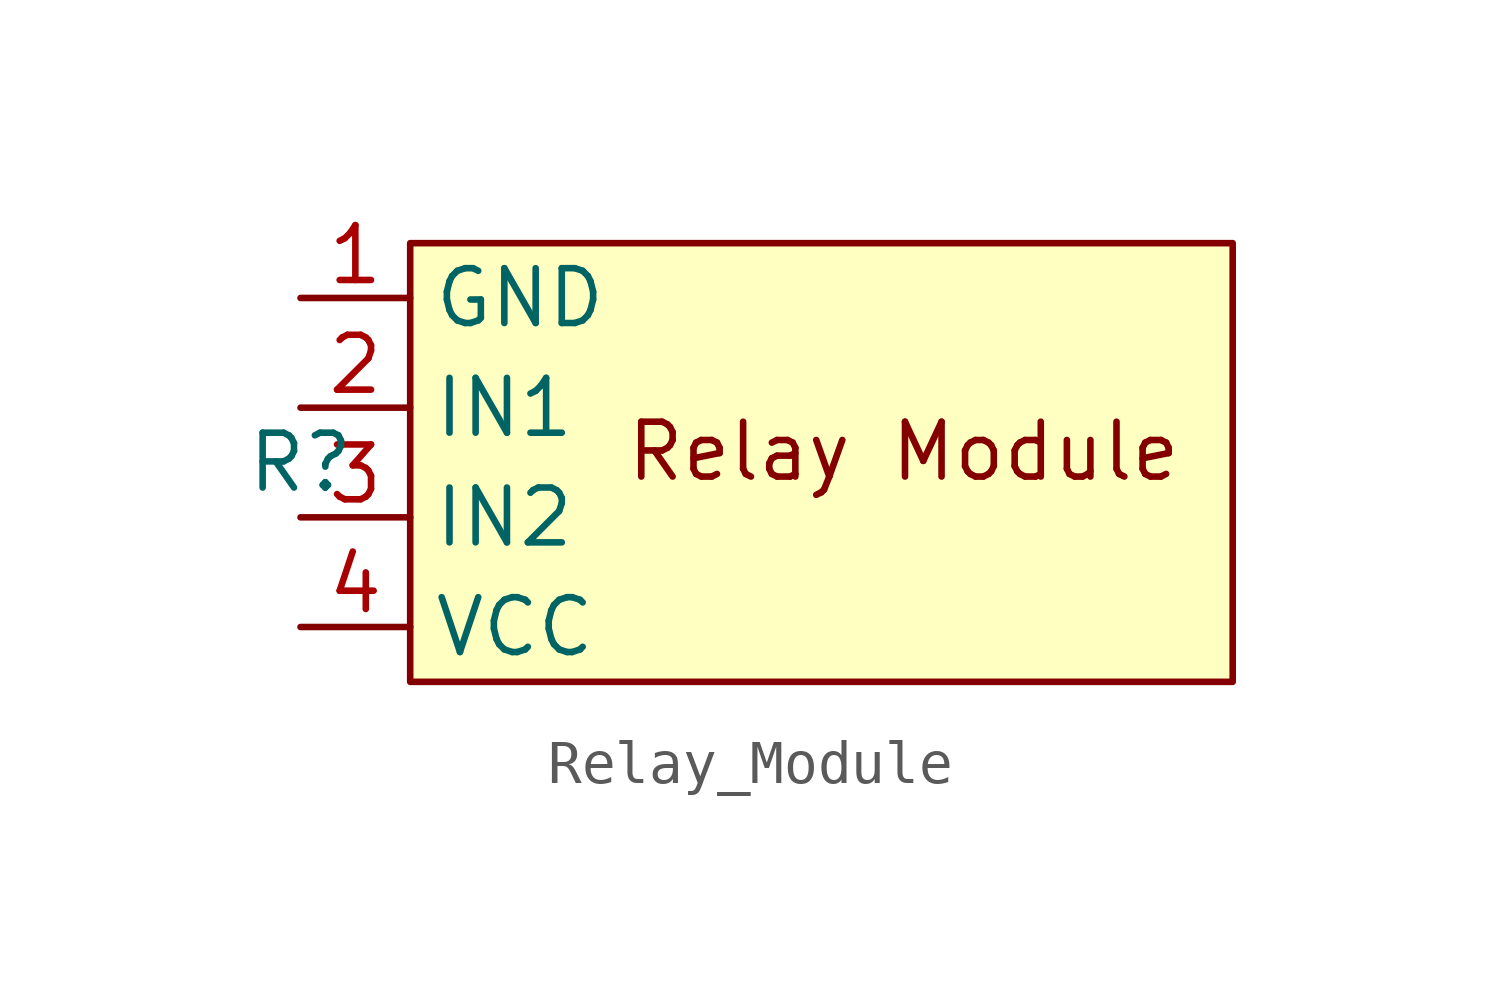
<source format=kicad_sym>
(kicad_symbol_lib
  (version 20231120)
  (generator "kicad_symbol_editor")
  (generator_version "8.0")
  (symbol "Relay_Module"
    (property "Reference" "R"
      (at 0 0 0)
      (effects (font (size 1.27 1.27))))
    (property "Value" ""
      (at 0 0 0)
      (effects (font (size 1.27 1.27))))
    (symbol "Relay_Module_1_1"
      (rectangle (start 2.54 5.08) (end 21.59 -5.08) (stroke (width 0) (type default)) (fill (type background)))
      (text "Relay Module" (at 13.97 0.254 0) (effects (font (size 1.27 1.27))))
      (pin power_in line (at 0 3.81 0) (length 2.54) (name "GND" (effects (font (size 1.27 1.27)))) (number "1" (effects (font (size 1.27 1.27)))))
      (pin output line (at 0 1.27 0) (length 2.54) (name "IN1" (effects (font (size 1.27 1.27)))) (number "2" (effects (font (size 1.27 1.27)))))
      (pin output line (at 0 -1.27 0) (length 2.54) (name "IN2" (effects (font (size 1.27 1.27)))) (number "3" (effects (font (size 1.27 1.27)))))
      (pin power_in line (at 0 -3.81 0) (length 2.54) (name "VCC" (effects (font (size 1.27 1.27)))) (number "4" (effects (font (size 1.27 1.27))))))))
</source>
